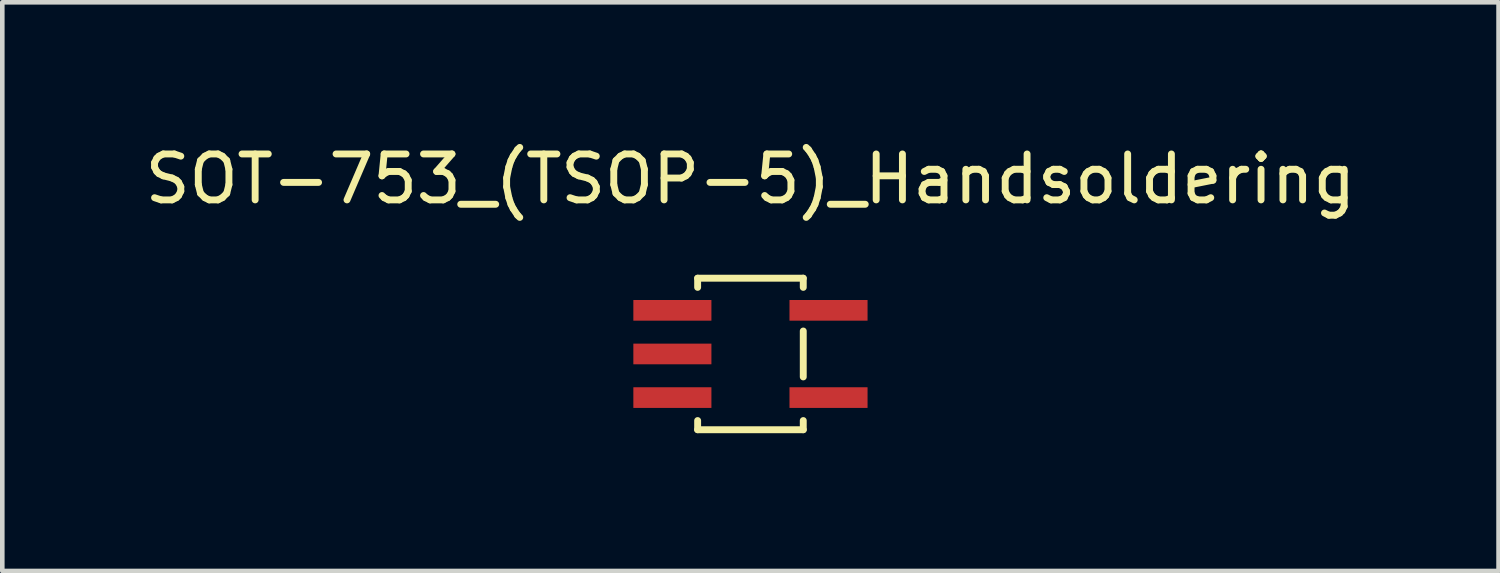
<source format=kicad_pcb>
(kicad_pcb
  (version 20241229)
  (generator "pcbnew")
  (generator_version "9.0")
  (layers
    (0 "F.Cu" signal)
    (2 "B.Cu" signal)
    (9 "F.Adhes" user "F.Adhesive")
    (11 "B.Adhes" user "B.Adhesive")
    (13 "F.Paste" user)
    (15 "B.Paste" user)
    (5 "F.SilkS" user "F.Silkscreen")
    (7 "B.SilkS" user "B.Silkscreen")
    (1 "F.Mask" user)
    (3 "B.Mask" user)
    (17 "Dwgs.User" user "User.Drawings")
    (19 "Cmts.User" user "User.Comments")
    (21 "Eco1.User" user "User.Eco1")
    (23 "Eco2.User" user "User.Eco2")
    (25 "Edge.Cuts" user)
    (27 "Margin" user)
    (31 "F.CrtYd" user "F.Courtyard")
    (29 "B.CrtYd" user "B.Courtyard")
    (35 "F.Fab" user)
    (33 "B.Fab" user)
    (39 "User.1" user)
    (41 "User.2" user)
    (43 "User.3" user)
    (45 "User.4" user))
  (footprint "SOT-753_(TSOP-5)_Handsoldering"
    (layer "F.Cu")
    (at 13.292 4.658)
    (property "Reference" "SOT-753_(TSOP-5)_Handsoldering" (at 0 -3.81 0) (layer "F.SilkS") (effects (font (size 1 1) (thickness 0.15))))
    (attr through_hole)
    (fp_line (start -1.15 -1.65) (end -1.15 -1.45) (stroke (width 0.15) (type solid)) (layer "F.SilkS"))
    (fp_line (start -1.15 -1.65) (end 1.15 -1.65) (stroke (width 0.15) (type solid)) (layer "F.SilkS"))
    (fp_line (start -1.15 1.65) (end -1.15 1.45) (stroke (width 0.15) (type solid)) (layer "F.SilkS"))
    (fp_line (start 1.15 -1.65) (end 1.15 -1.45) (stroke (width 0.15) (type solid)) (layer "F.SilkS"))
    (fp_line (start 1.15 -0.5) (end 1.15 0.5) (stroke (width 0.15) (type solid)) (layer "F.SilkS"))
    (fp_line (start 1.15 1.45) (end 1.15 1.65) (stroke (width 0.15) (type solid)) (layer "F.SilkS"))
    (fp_line (start 1.15 1.65) (end -1.15 1.65) (stroke (width 0.15) (type solid)) (layer "F.SilkS"))
    (pad "1" smd rect (at -1.2 -0.95) (size 1.7 0.45) (drill (offset -0.5 0)) (layers "F.Cu" "F.Mask" "F.Paste"))
    (pad "2" smd rect (at -1.2 0) (size 1.7 0.45) (drill (offset -0.5 0)) (layers "F.Cu" "F.Mask" "F.Paste"))
    (pad "3" smd rect (at -1.2 0.95) (size 1.7 0.45) (drill (offset -0.5 0)) (layers "F.Cu" "F.Mask" "F.Paste"))
    (pad "4" smd rect (at 1.2 0.95) (size 1.7 0.45) (drill (offset 0.5 0)) (layers "F.Cu" "F.Mask" "F.Paste"))
    (pad "5" smd rect (at 1.2 -0.95) (size 1.7 0.45) (drill (offset 0.5 0)) (layers "F.Cu" "F.Mask" "F.Paste")))
  (gr_rect
    (start -3 -3)
    (end 29.583 9.383)
    (stroke (width 0.1) (type default))
    (fill no)
    (layer "Edge.Cuts")))
</source>
